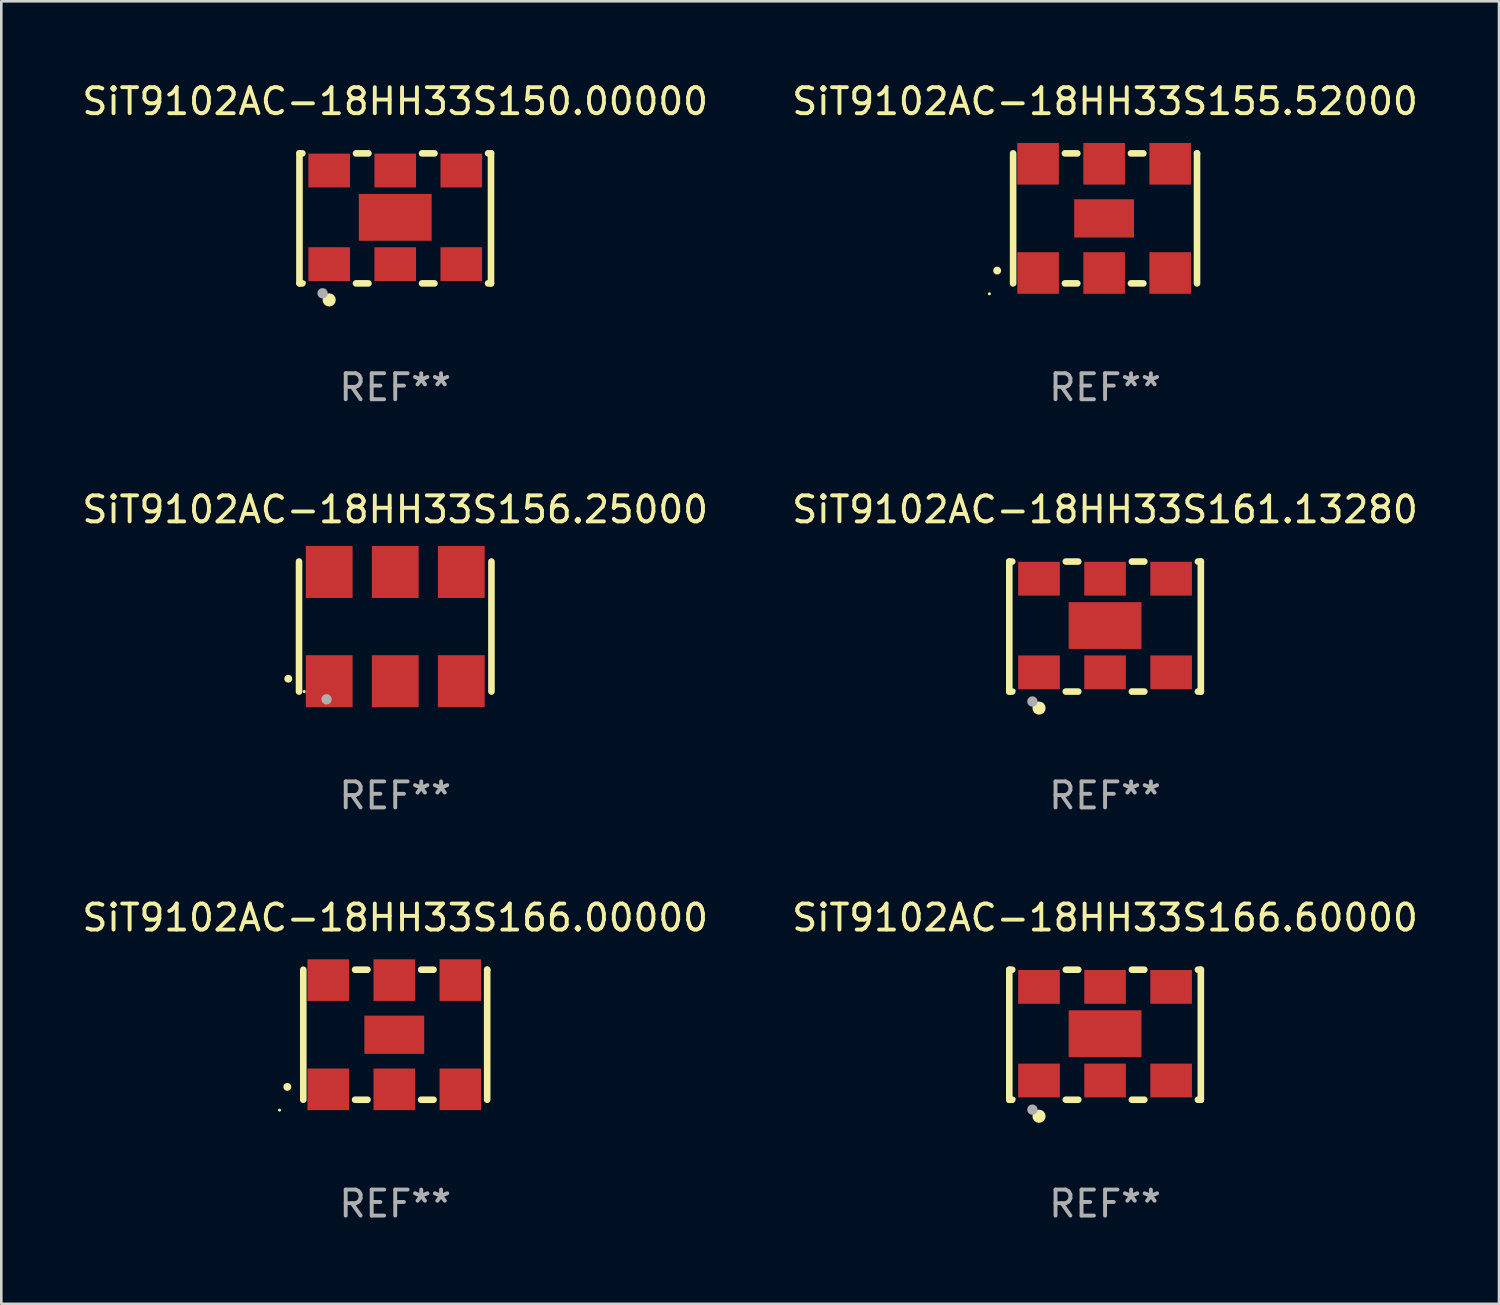
<source format=kicad_pcb>
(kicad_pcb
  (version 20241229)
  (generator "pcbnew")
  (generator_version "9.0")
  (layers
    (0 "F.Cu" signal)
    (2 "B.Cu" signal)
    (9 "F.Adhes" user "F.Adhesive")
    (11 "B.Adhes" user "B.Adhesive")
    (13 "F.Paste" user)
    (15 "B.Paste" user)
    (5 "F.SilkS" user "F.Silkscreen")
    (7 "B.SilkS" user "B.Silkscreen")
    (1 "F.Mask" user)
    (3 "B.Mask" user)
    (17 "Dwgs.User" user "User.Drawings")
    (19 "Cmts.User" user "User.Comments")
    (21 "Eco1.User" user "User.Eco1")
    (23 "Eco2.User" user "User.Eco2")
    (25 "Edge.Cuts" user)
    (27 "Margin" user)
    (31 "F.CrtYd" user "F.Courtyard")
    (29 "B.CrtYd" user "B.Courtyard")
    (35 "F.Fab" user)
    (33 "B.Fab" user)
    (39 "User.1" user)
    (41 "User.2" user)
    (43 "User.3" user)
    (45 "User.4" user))
  (footprint "SiT9102AC-18HH33S150.00000"
    (layer "F.Cu")
    (at 12.149 5.348)
    (property "Reference" "SiT9102AC-18HH33S150.00000" (at 0 -4.5 0) (layer "F.SilkS") (effects (font (size 1 1) (thickness 0.15))))
    (attr through_hole)
    (fp_line (start -3.683 -2.5) (end -3.571 -2.5) (stroke (width 0.254) (type solid)) (layer "F.SilkS"))
    (fp_line (start -3.683 2.5) (end -3.683 -2.5) (stroke (width 0.254) (type solid)) (layer "F.SilkS"))
    (fp_line (start -3.683 2.5) (end -3.571 2.5) (stroke (width 0.254) (type solid)) (layer "F.SilkS"))
    (fp_line (start -1.509 -2.5) (end -1.031 -2.5) (stroke (width 0.254) (type solid)) (layer "F.SilkS"))
    (fp_line (start -1.509 2.5) (end -1.031 2.5) (stroke (width 0.254) (type solid)) (layer "F.SilkS"))
    (fp_line (start 1.031 -2.5) (end 1.509 -2.5) (stroke (width 0.254) (type solid)) (layer "F.SilkS"))
    (fp_line (start 1.031 2.5) (end 1.509 2.5) (stroke (width 0.254) (type solid)) (layer "F.SilkS"))
    (fp_line (start 3.571 -2.5) (end 3.683 -2.5) (stroke (width 0.254) (type solid)) (layer "F.SilkS"))
    (fp_line (start 3.571 2.5) (end 3.683 2.5) (stroke (width 0.254) (type solid)) (layer "F.SilkS"))
    (fp_line (start 3.683 2.5) (end 3.683 -2.5) (stroke (width 0.254) (type solid)) (layer "F.SilkS"))
    (fp_circle (center -3.5 2.46) (end -3.47 2.46) (stroke (width 0.06) (type solid)) (fill no) (layer "F.SilkS"))
    (fp_circle (center -2.54 3.135) (end -2.413 3.135) (stroke (width 0.254) (type solid)) (fill no) (layer "F.SilkS"))
    (fp_circle (center -2.794 2.881) (end -2.694 2.881) (stroke (width 0.2) (type solid)) (fill no) (layer "F.Fab"))
    (fp_text user "REF**" (at 0 6.5 0) (layer "F.Fab") (effects (font (size 1 1) (thickness 0.15))))
    (pad "1" smd rect (at -2.54 1.76) (size 1.6 1.3) (layers "F.Cu" "F.Mask" "F.Paste"))
    (pad "2" smd rect (at 0 1.76) (size 1.6 1.3) (layers "F.Cu" "F.Mask" "F.Paste"))
    (pad "3" smd rect (at 2.54 1.76) (size 1.6 1.3) (layers "F.Cu" "F.Mask" "F.Paste"))
    (pad "4" smd rect (at 2.54 -1.84) (size 1.6 1.3) (layers "F.Cu" "F.Mask" "F.Paste"))
    (pad "5" smd rect (at 0 -1.84) (size 1.6 1.3) (layers "F.Cu" "F.Mask" "F.Paste"))
    (pad "6" smd rect (at -2.54 -1.84) (size 1.6 1.3) (layers "F.Cu" "F.Mask" "F.Paste"))
    (pad "7" smd rect (at 0 -0.04) (size 2.8 1.8) (layers "F.Cu" "F.Mask" "F.Paste")))
  (footprint "SiT9102AC-18HH33S155.52000"
    (layer "F.Cu")
    (at 39.446 5.348)
    (property "Reference" "SiT9102AC-18HH33S155.52000" (at 0 -4.5 0) (layer "F.SilkS") (effects (font (size 1 1) (thickness 0.15))))
    (attr through_hole)
    (fp_line (start -3.536 -2.5) (end -3.536 2.5) (stroke (width 0.254) (type solid)) (layer "F.SilkS"))
    (fp_line (start -1.544 2.5) (end -1.067 2.5) (stroke (width 0.254) (type solid)) (layer "F.SilkS"))
    (fp_line (start -1.067 -2.5) (end -1.544 -2.5) (stroke (width 0.254) (type solid)) (layer "F.SilkS"))
    (fp_line (start 0.996 2.5) (end 1.473 2.5) (stroke (width 0.254) (type solid)) (layer "F.SilkS"))
    (fp_line (start 1.473 -2.5) (end 0.996 -2.5) (stroke (width 0.254) (type solid)) (layer "F.SilkS"))
    (fp_line (start 3.536 -2.5) (end 3.536 -2.5) (stroke (width 0.254) (type solid)) (layer "F.SilkS"))
    (fp_line (start 3.536 2.5) (end 3.536 -2.5) (stroke (width 0.254) (type solid)) (layer "F.SilkS"))
    (fp_arc (start -4.150432 2.006604) (mid -4.149162 2.006599) (end -4.147892 2.006604) (stroke (width 0.3) (type solid)) (layer "F.SilkS"))
    (fp_circle (center -4.449 2.9) (end -4.419 2.9) (stroke (width 0.06) (type solid)) (fill no) (layer "F.SilkS"))
    (fp_text user "REF**" (at 0 6.5 0) (layer "F.Fab") (effects (font (size 1 1) (thickness 0.15))))
    (pad "1" smd rect (at -2.576 2.1) (size 1.6 1.6) (layers "F.Cu" "F.Mask" "F.Paste"))
    (pad "2" smd rect (at -0.036 2.1) (size 1.6 1.6) (layers "F.Cu" "F.Mask" "F.Paste"))
    (pad "3" smd rect (at 2.504 2.1) (size 1.6 1.6) (layers "F.Cu" "F.Mask" "F.Paste"))
    (pad "4" smd rect (at 2.504 -2.1) (size 1.6 1.6) (layers "F.Cu" "F.Mask" "F.Paste"))
    (pad "5" smd rect (at -0.036 -2.1) (size 1.6 1.6) (layers "F.Cu" "F.Mask" "F.Paste"))
    (pad "6" smd rect (at -2.576 -2.1) (size 1.6 1.6) (layers "F.Cu" "F.Mask" "F.Paste"))
    (pad "7" smd rect (at -0.036 0) (size 2.3 1.47) (layers "F.Cu" "F.Mask" "F.Paste")))
  (footprint "SiT9102AC-18HH33S166.00000"
    (layer "F.Cu")
    (at 12.149 36.741)
    (property "Reference" "SiT9102AC-18HH33S166.00000" (at 0 -4.5 0) (layer "F.SilkS") (effects (font (size 1 1) (thickness 0.15))))
    (attr through_hole)
    (fp_line (start -3.536 -2.5) (end -3.536 2.5) (stroke (width 0.254) (type solid)) (layer "F.SilkS"))
    (fp_line (start -1.544 2.5) (end -1.067 2.5) (stroke (width 0.254) (type solid)) (layer "F.SilkS"))
    (fp_line (start -1.067 -2.5) (end -1.544 -2.5) (stroke (width 0.254) (type solid)) (layer "F.SilkS"))
    (fp_line (start 0.996 2.5) (end 1.473 2.5) (stroke (width 0.254) (type solid)) (layer "F.SilkS"))
    (fp_line (start 1.473 -2.5) (end 0.996 -2.5) (stroke (width 0.254) (type solid)) (layer "F.SilkS"))
    (fp_line (start 3.536 -2.5) (end 3.536 -2.5) (stroke (width 0.254) (type solid)) (layer "F.SilkS"))
    (fp_line (start 3.536 2.5) (end 3.536 -2.5) (stroke (width 0.254) (type solid)) (layer "F.SilkS"))
    (fp_arc (start -4.150432 2.006604) (mid -4.149162 2.006599) (end -4.147892 2.006604) (stroke (width 0.3) (type solid)) (layer "F.SilkS"))
    (fp_circle (center -4.449 2.9) (end -4.419 2.9) (stroke (width 0.06) (type solid)) (fill no) (layer "F.SilkS"))
    (fp_text user "REF**" (at 0 6.5 0) (layer "F.Fab") (effects (font (size 1 1) (thickness 0.15))))
    (pad "1" smd rect (at -2.576 2.1) (size 1.6 1.6) (layers "F.Cu" "F.Mask" "F.Paste"))
    (pad "2" smd rect (at -0.036 2.1) (size 1.6 1.6) (layers "F.Cu" "F.Mask" "F.Paste"))
    (pad "3" smd rect (at 2.504 2.1) (size 1.6 1.6) (layers "F.Cu" "F.Mask" "F.Paste"))
    (pad "4" smd rect (at 2.504 -2.1) (size 1.6 1.6) (layers "F.Cu" "F.Mask" "F.Paste"))
    (pad "5" smd rect (at -0.036 -2.1) (size 1.6 1.6) (layers "F.Cu" "F.Mask" "F.Paste"))
    (pad "6" smd rect (at -2.576 -2.1) (size 1.6 1.6) (layers "F.Cu" "F.Mask" "F.Paste"))
    (pad "7" smd rect (at -0.036 0) (size 2.3 1.47) (layers "F.Cu" "F.Mask" "F.Paste")))
  (footprint "SiT9102AC-18HH33S161.13280"
    (layer "F.Cu")
    (at 39.446 21.045)
    (property "Reference" "SiT9102AC-18HH33S161.13280" (at 0 -4.5 0) (layer "F.SilkS") (effects (font (size 1 1) (thickness 0.15))))
    (attr through_hole)
    (fp_line (start -3.683 -2.5) (end -3.571 -2.5) (stroke (width 0.254) (type solid)) (layer "F.SilkS"))
    (fp_line (start -3.683 2.5) (end -3.683 -2.5) (stroke (width 0.254) (type solid)) (layer "F.SilkS"))
    (fp_line (start -3.683 2.5) (end -3.571 2.5) (stroke (width 0.254) (type solid)) (layer "F.SilkS"))
    (fp_line (start -1.509 -2.5) (end -1.031 -2.5) (stroke (width 0.254) (type solid)) (layer "F.SilkS"))
    (fp_line (start -1.509 2.5) (end -1.031 2.5) (stroke (width 0.254) (type solid)) (layer "F.SilkS"))
    (fp_line (start 1.031 -2.5) (end 1.509 -2.5) (stroke (width 0.254) (type solid)) (layer "F.SilkS"))
    (fp_line (start 1.031 2.5) (end 1.509 2.5) (stroke (width 0.254) (type solid)) (layer "F.SilkS"))
    (fp_line (start 3.571 -2.5) (end 3.683 -2.5) (stroke (width 0.254) (type solid)) (layer "F.SilkS"))
    (fp_line (start 3.571 2.5) (end 3.683 2.5) (stroke (width 0.254) (type solid)) (layer "F.SilkS"))
    (fp_line (start 3.683 2.5) (end 3.683 -2.5) (stroke (width 0.254) (type solid)) (layer "F.SilkS"))
    (fp_circle (center -3.5 2.46) (end -3.47 2.46) (stroke (width 0.06) (type solid)) (fill no) (layer "F.SilkS"))
    (fp_circle (center -2.54 3.135) (end -2.413 3.135) (stroke (width 0.254) (type solid)) (fill no) (layer "F.SilkS"))
    (fp_circle (center -2.794 2.881) (end -2.694 2.881) (stroke (width 0.2) (type solid)) (fill no) (layer "F.Fab"))
    (fp_text user "REF**" (at 0 6.5 0) (layer "F.Fab") (effects (font (size 1 1) (thickness 0.15))))
    (pad "1" smd rect (at -2.54 1.76) (size 1.6 1.3) (layers "F.Cu" "F.Mask" "F.Paste"))
    (pad "2" smd rect (at 0 1.76) (size 1.6 1.3) (layers "F.Cu" "F.Mask" "F.Paste"))
    (pad "3" smd rect (at 2.54 1.76) (size 1.6 1.3) (layers "F.Cu" "F.Mask" "F.Paste"))
    (pad "4" smd rect (at 2.54 -1.84) (size 1.6 1.3) (layers "F.Cu" "F.Mask" "F.Paste"))
    (pad "5" smd rect (at 0 -1.84) (size 1.6 1.3) (layers "F.Cu" "F.Mask" "F.Paste"))
    (pad "6" smd rect (at -2.54 -1.84) (size 1.6 1.3) (layers "F.Cu" "F.Mask" "F.Paste"))
    (pad "7" smd rect (at 0 -0.04) (size 2.8 1.8) (layers "F.Cu" "F.Mask" "F.Paste")))
  (footprint "SiT9102AC-18HH33S156.25000"
    (layer "F.Cu")
    (at 12.149 21.045)
    (property "Reference" "SiT9102AC-18HH33S156.25000" (at 0 -4.5 0) (layer "F.SilkS") (effects (font (size 1 1) (thickness 0.15))))
    (attr through_hole)
    (fp_line (start -3.7 -2.5) (end -3.7 2.5) (stroke (width 0.254) (type solid)) (layer "F.SilkS"))
    (fp_line (start 3.7 -2.5) (end 3.7 2.5) (stroke (width 0.254) (type solid)) (layer "F.SilkS"))
    (fp_arc (start -4.114415 2.006604) (mid -4.113145 2.006599) (end -4.111875 2.006604) (stroke (width 0.3) (type solid)) (layer "F.SilkS"))
    (fp_circle (center -3.5 2.501) (end -3.47 2.501) (stroke (width 0.06) (type solid)) (fill no) (layer "F.SilkS"))
    (fp_circle (center -2.641 2.799) (end -2.541 2.799) (stroke (width 0.2) (type solid)) (fill no) (layer "F.Fab"))
    (fp_text user "REF**" (at 0 6.5 0) (layer "F.Fab") (effects (font (size 1 1) (thickness 0.15))))
    (pad "1" smd rect (at -2.54 2.1) (size 1.8 2) (layers "F.Cu" "F.Mask" "F.Paste"))
    (pad "2" smd rect (at 0.000394 2.1) (size 1.8 2) (layers "F.Cu" "F.Mask" "F.Paste"))
    (pad "3" smd rect (at 2.54 2.1) (size 1.8 2) (layers "F.Cu" "F.Mask" "F.Paste"))
    (pad "4" smd rect (at 2.54 -2.1) (size 1.8 2) (layers "F.Cu" "F.Mask" "F.Paste"))
    (pad "5" smd rect (at 0.000394 -2.1) (size 1.8 2) (layers "F.Cu" "F.Mask" "F.Paste"))
    (pad "6" smd rect (at -2.54 -2.1) (size 1.8 2) (layers "F.Cu" "F.Mask" "F.Paste")))
  (footprint "SiT9102AC-18HH33S166.60000"
    (layer "F.Cu")
    (at 39.446 36.741)
    (property "Reference" "SiT9102AC-18HH33S166.60000" (at 0 -4.5 0) (layer "F.SilkS") (effects (font (size 1 1) (thickness 0.15))))
    (attr through_hole)
    (fp_line (start -3.683 -2.5) (end -3.571 -2.5) (stroke (width 0.254) (type solid)) (layer "F.SilkS"))
    (fp_line (start -3.683 2.5) (end -3.683 -2.5) (stroke (width 0.254) (type solid)) (layer "F.SilkS"))
    (fp_line (start -3.683 2.5) (end -3.571 2.5) (stroke (width 0.254) (type solid)) (layer "F.SilkS"))
    (fp_line (start -1.509 -2.5) (end -1.031 -2.5) (stroke (width 0.254) (type solid)) (layer "F.SilkS"))
    (fp_line (start -1.509 2.5) (end -1.031 2.5) (stroke (width 0.254) (type solid)) (layer "F.SilkS"))
    (fp_line (start 1.031 -2.5) (end 1.509 -2.5) (stroke (width 0.254) (type solid)) (layer "F.SilkS"))
    (fp_line (start 1.031 2.5) (end 1.509 2.5) (stroke (width 0.254) (type solid)) (layer "F.SilkS"))
    (fp_line (start 3.571 -2.5) (end 3.683 -2.5) (stroke (width 0.254) (type solid)) (layer "F.SilkS"))
    (fp_line (start 3.571 2.5) (end 3.683 2.5) (stroke (width 0.254) (type solid)) (layer "F.SilkS"))
    (fp_line (start 3.683 2.5) (end 3.683 -2.5) (stroke (width 0.254) (type solid)) (layer "F.SilkS"))
    (fp_circle (center -3.5 2.46) (end -3.47 2.46) (stroke (width 0.06) (type solid)) (fill no) (layer "F.SilkS"))
    (fp_circle (center -2.54 3.135) (end -2.413 3.135) (stroke (width 0.254) (type solid)) (fill no) (layer "F.SilkS"))
    (fp_circle (center -2.794 2.881) (end -2.694 2.881) (stroke (width 0.2) (type solid)) (fill no) (layer "F.Fab"))
    (fp_text user "REF**" (at 0 6.5 0) (layer "F.Fab") (effects (font (size 1 1) (thickness 0.15))))
    (pad "1" smd rect (at -2.54 1.76) (size 1.6 1.3) (layers "F.Cu" "F.Mask" "F.Paste"))
    (pad "2" smd rect (at 0 1.76) (size 1.6 1.3) (layers "F.Cu" "F.Mask" "F.Paste"))
    (pad "3" smd rect (at 2.54 1.76) (size 1.6 1.3) (layers "F.Cu" "F.Mask" "F.Paste"))
    (pad "4" smd rect (at 2.54 -1.84) (size 1.6 1.3) (layers "F.Cu" "F.Mask" "F.Paste"))
    (pad "5" smd rect (at 0 -1.84) (size 1.6 1.3) (layers "F.Cu" "F.Mask" "F.Paste"))
    (pad "6" smd rect (at -2.54 -1.84) (size 1.6 1.3) (layers "F.Cu" "F.Mask" "F.Paste"))
    (pad "7" smd rect (at 0 -0.04) (size 2.8 1.8) (layers "F.Cu" "F.Mask" "F.Paste")))
  (gr_rect
    (start -3 -3)
    (end 54.595 47.09)
    (stroke (width 0.1) (type default))
    (fill no)
    (layer "Edge.Cuts")))
</source>
